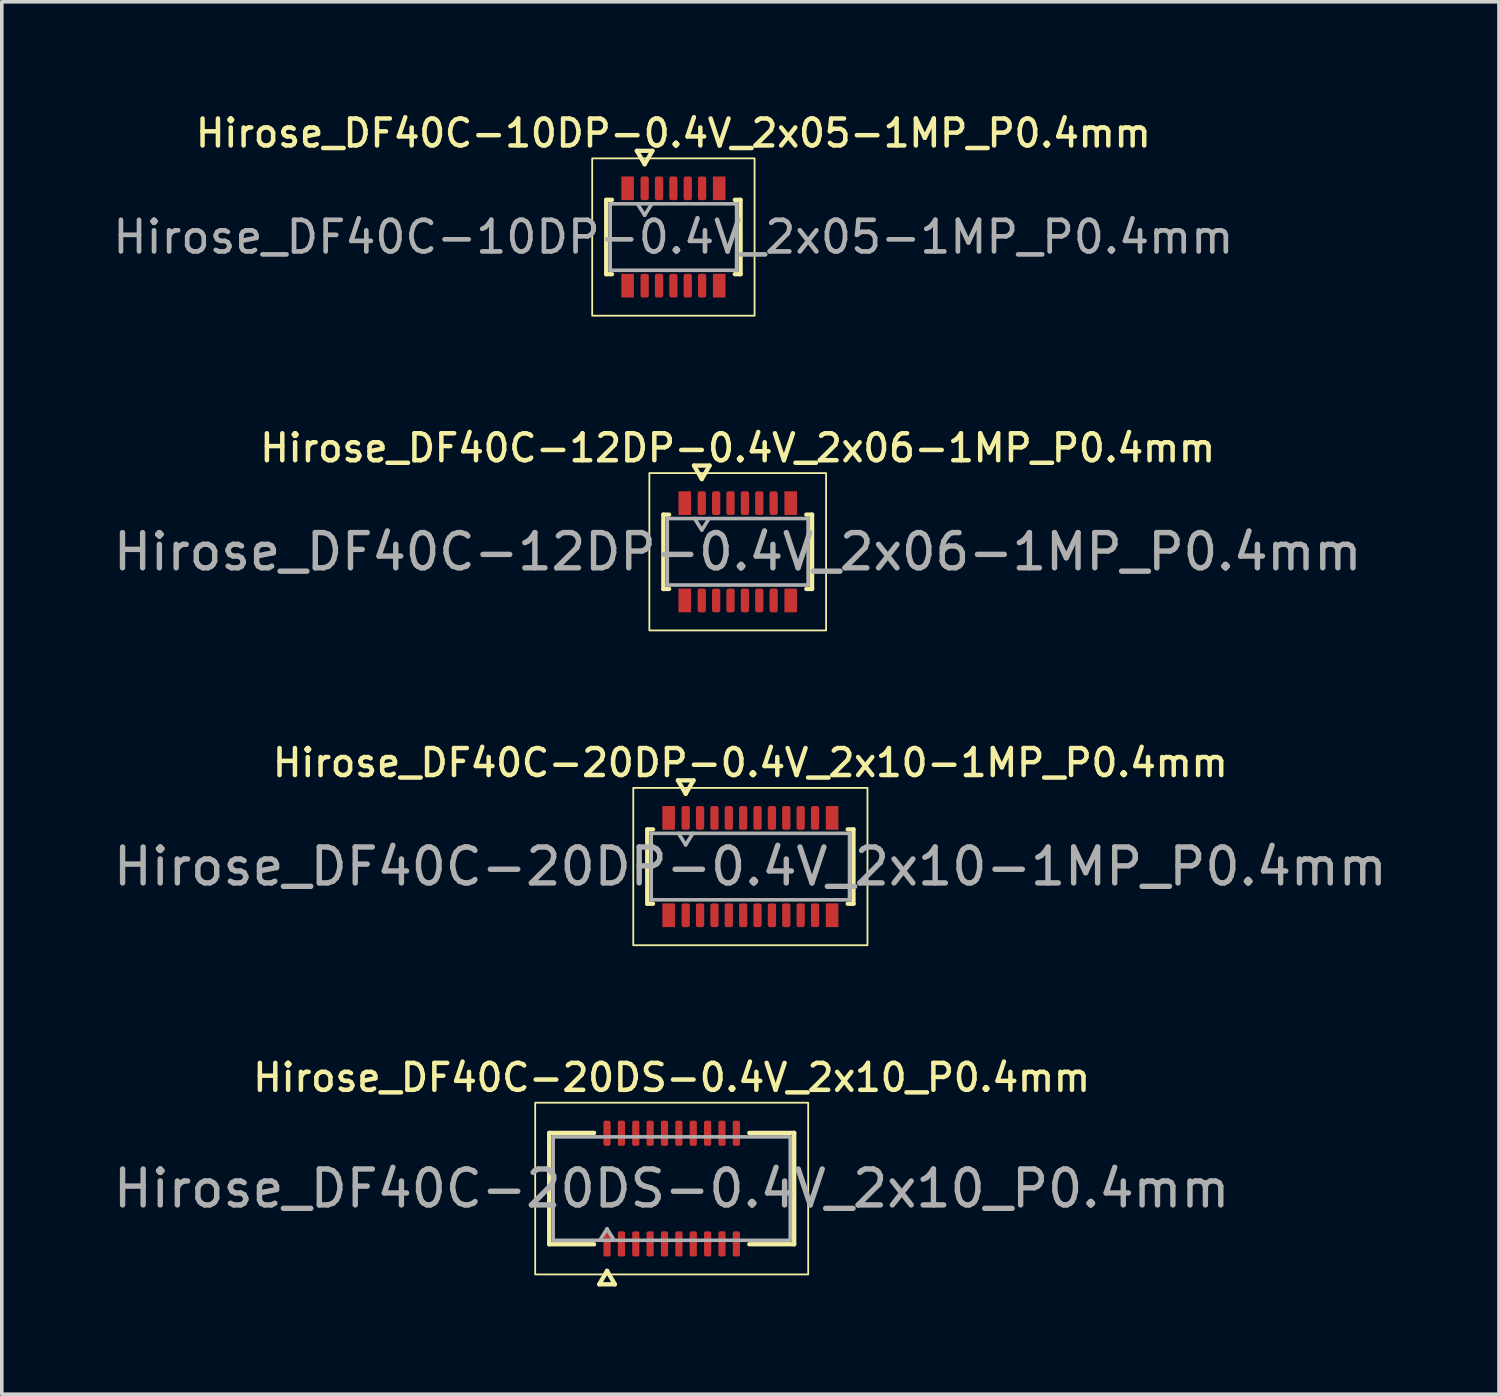
<source format=kicad_pcb>
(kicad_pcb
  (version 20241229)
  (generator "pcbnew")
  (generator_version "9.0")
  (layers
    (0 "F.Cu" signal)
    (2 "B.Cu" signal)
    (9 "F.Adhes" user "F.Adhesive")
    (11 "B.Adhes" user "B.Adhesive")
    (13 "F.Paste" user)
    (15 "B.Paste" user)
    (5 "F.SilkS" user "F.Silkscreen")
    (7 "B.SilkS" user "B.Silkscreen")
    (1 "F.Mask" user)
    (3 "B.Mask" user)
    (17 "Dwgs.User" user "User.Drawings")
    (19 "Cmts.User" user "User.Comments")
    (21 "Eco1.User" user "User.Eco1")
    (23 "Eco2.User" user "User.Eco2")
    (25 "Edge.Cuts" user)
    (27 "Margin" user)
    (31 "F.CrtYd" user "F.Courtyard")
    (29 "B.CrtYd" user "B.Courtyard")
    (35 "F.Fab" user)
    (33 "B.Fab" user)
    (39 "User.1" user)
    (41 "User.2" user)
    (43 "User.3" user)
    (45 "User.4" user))
  (footprint "Hirose_DF40C-12DP-0.4V_2x06-1MP_P0.4mm"
    (layer "F.Cu")
    (at 17.487 12.311)
    (property "Reference" "Hirose_DF40C-12DP-0.4V_2x06-1MP_P0.4mm" (at 0 -2.89 0) (layer "F.SilkS") (effects (font (size 0.75 0.75) (thickness 0.125))))
    (attr smd)
    (fp_line (start -2.07 -1.035) (end -1.91 -1.035) (stroke (width 0.12) (type solid)) (layer "F.SilkS"))
    (fp_line (start -2.07 1.035) (end -2.07 -1.035) (stroke (width 0.12) (type solid)) (layer "F.SilkS"))
    (fp_line (start -1.91 1.035) (end -2.07 1.035) (stroke (width 0.12) (type solid)) (layer "F.SilkS"))
    (fp_line (start -1.217 -2.4) (end -1 -2.025) (stroke (width 0.12) (type solid)) (layer "F.SilkS"))
    (fp_line (start -1 -2.025) (end -0.783 -2.4) (stroke (width 0.12) (type solid)) (layer "F.SilkS"))
    (fp_line (start -0.783 -2.4) (end -1.217 -2.4) (stroke (width 0.12) (type solid)) (layer "F.SilkS"))
    (fp_line (start 1.91 -1.035) (end 2.07 -1.035) (stroke (width 0.12) (type solid)) (layer "F.SilkS"))
    (fp_line (start 2.07 -1.035) (end 2.07 1.035) (stroke (width 0.12) (type solid)) (layer "F.SilkS"))
    (fp_line (start 2.07 1.035) (end 1.91 1.035) (stroke (width 0.12) (type solid)) (layer "F.SilkS"))
    (fp_rect (start -2.46 -2.19) (end 2.46 2.19) (stroke (width 0.05) (type solid)) (fill no) (layer "F.SilkS"))
    (fp_line (start -1.96 -0.925) (end 1.96 -0.925) (stroke (width 0.1) (type solid)) (layer "F.Fab"))
    (fp_line (start -1.96 0.925) (end -1.96 -0.925) (stroke (width 0.1) (type solid)) (layer "F.Fab"))
    (fp_line (start -1.2 -0.925) (end -1 -0.605) (stroke (width 0.1) (type solid)) (layer "F.Fab"))
    (fp_line (start -1 -0.605) (end -0.8 -0.925) (stroke (width 0.1) (type solid)) (layer "F.Fab"))
    (fp_line (start 1.96 -0.925) (end 1.96 0.925) (stroke (width 0.1) (type solid)) (layer "F.Fab"))
    (fp_line (start 1.96 0.925) (end -1.96 0.925) (stroke (width 0.1) (type solid)) (layer "F.Fab"))
    (fp_text user "${REFERENCE}" (at 0 0 0) (layer "F.Fab") (effects (font (size 0.98 0.98) (thickness 0.15))))
    (pad "1" smd roundrect (at -1 -1.355) (size 0.23 0.66) (layers "F.Cu" "F.Mask" "F.Paste") (roundrect_rratio 0.25))
    (pad "2" smd roundrect (at -1 1.355) (size 0.23 0.66) (layers "F.Cu" "F.Mask" "F.Paste") (roundrect_rratio 0.25))
    (pad "3" smd roundrect (at -0.6 -1.355) (size 0.23 0.66) (layers "F.Cu" "F.Mask" "F.Paste") (roundrect_rratio 0.25))
    (pad "4" smd roundrect (at -0.6 1.355) (size 0.23 0.66) (layers "F.Cu" "F.Mask" "F.Paste") (roundrect_rratio 0.25))
    (pad "5" smd roundrect (at -0.2 -1.355) (size 0.23 0.66) (layers "F.Cu" "F.Mask" "F.Paste") (roundrect_rratio 0.25))
    (pad "6" smd roundrect (at -0.2 1.355) (size 0.23 0.66) (layers "F.Cu" "F.Mask" "F.Paste") (roundrect_rratio 0.25))
    (pad "7" smd roundrect (at 0.2 -1.355) (size 0.23 0.66) (layers "F.Cu" "F.Mask" "F.Paste") (roundrect_rratio 0.25))
    (pad "8" smd roundrect (at 0.2 1.355) (size 0.23 0.66) (layers "F.Cu" "F.Mask" "F.Paste") (roundrect_rratio 0.25))
    (pad "9" smd roundrect (at 0.6 -1.355) (size 0.23 0.66) (layers "F.Cu" "F.Mask" "F.Paste") (roundrect_rratio 0.25))
    (pad "10" smd roundrect (at 0.6 1.355) (size 0.23 0.66) (layers "F.Cu" "F.Mask" "F.Paste") (roundrect_rratio 0.25))
    (pad "11" smd roundrect (at 1 -1.355) (size 0.23 0.66) (layers "F.Cu" "F.Mask" "F.Paste") (roundrect_rratio 0.25))
    (pad "12" smd roundrect (at 1 1.355) (size 0.23 0.66) (layers "F.Cu" "F.Mask" "F.Paste") (roundrect_rratio 0.25))
    (pad "MP" smd rect (at -1.475 -1.355) (size 0.35 0.66) (layers "F.Cu" "F.Mask" "F.Paste"))
    (pad "MP" smd rect (at -1.475 1.355) (size 0.35 0.66) (layers "F.Cu" "F.Mask" "F.Paste"))
    (pad "MP" smd rect (at 1.475 -1.355) (size 0.35 0.66) (layers "F.Cu" "F.Mask" "F.Paste"))
    (pad "MP" smd rect (at 1.475 1.355) (size 0.35 0.66) (layers "F.Cu" "F.Mask" "F.Paste")))
  (footprint "Hirose_DF40C-20DS-0.4V_2x10_P0.4mm"
    (layer "F.Cu")
    (at 15.649 30.038)
    (property "Reference" "Hirose_DF40C-20DS-0.4V_2x10_P0.4mm" (at 0 -3.09 0) (layer "F.SilkS") (effects (font (size 0.75 0.75) (thickness 0.125))))
    (attr smd)
    (fp_line (start -3.41 -1.55) (end -2.16 -1.55) (stroke (width 0.12) (type solid)) (layer "F.SilkS"))
    (fp_line (start -3.41 1.55) (end -3.41 -1.55) (stroke (width 0.12) (type solid)) (layer "F.SilkS"))
    (fp_line (start -2.16 1.55) (end -3.41 1.55) (stroke (width 0.12) (type solid)) (layer "F.SilkS"))
    (fp_line (start -2.017 2.665) (end -1.8 2.29) (stroke (width 0.12) (type solid)) (layer "F.SilkS"))
    (fp_line (start -1.8 2.29) (end -1.583 2.665) (stroke (width 0.12) (type solid)) (layer "F.SilkS"))
    (fp_line (start -1.583 2.665) (end -2.017 2.665) (stroke (width 0.12) (type solid)) (layer "F.SilkS"))
    (fp_line (start 2.16 -1.55) (end 3.41 -1.55) (stroke (width 0.12) (type solid)) (layer "F.SilkS"))
    (fp_line (start 3.41 -1.55) (end 3.41 1.55) (stroke (width 0.12) (type solid)) (layer "F.SilkS"))
    (fp_line (start 3.41 1.55) (end 2.16 1.55) (stroke (width 0.12) (type solid)) (layer "F.SilkS"))
    (fp_rect (start -3.8 -2.39) (end 3.8 2.39) (stroke (width 0.05) (type solid)) (fill no) (layer "F.SilkS"))
    (fp_line (start -3.3 -1.44) (end 3.3 -1.44) (stroke (width 0.1) (type solid)) (layer "F.Fab"))
    (fp_line (start -3.3 1.44) (end -3.3 -1.44) (stroke (width 0.1) (type solid)) (layer "F.Fab"))
    (fp_line (start -2 1.44) (end -1.8 1.12) (stroke (width 0.1) (type solid)) (layer "F.Fab"))
    (fp_line (start -1.8 1.12) (end -1.6 1.44) (stroke (width 0.1) (type solid)) (layer "F.Fab"))
    (fp_line (start 3.3 -1.44) (end 3.3 1.44) (stroke (width 0.1) (type solid)) (layer "F.Fab"))
    (fp_line (start 3.3 1.44) (end -3.3 1.44) (stroke (width 0.1) (type solid)) (layer "F.Fab"))
    (fp_text user "${REFERENCE}" (at 0 0 0) (layer "F.Fab") (effects (font (size 1 1) (thickness 0.15))))
    (pad "1" smd roundrect (at -1.8 1.54) (size 0.2 0.7) (layers "F.Cu" "F.Mask" "F.Paste") (roundrect_rratio 0.25))
    (pad "2" smd roundrect (at -1.8 -1.54) (size 0.2 0.7) (layers "F.Cu" "F.Mask" "F.Paste") (roundrect_rratio 0.25))
    (pad "3" smd roundrect (at -1.4 1.54) (size 0.2 0.7) (layers "F.Cu" "F.Mask" "F.Paste") (roundrect_rratio 0.25))
    (pad "4" smd roundrect (at -1.4 -1.54) (size 0.2 0.7) (layers "F.Cu" "F.Mask" "F.Paste") (roundrect_rratio 0.25))
    (pad "5" smd roundrect (at -1 1.54) (size 0.2 0.7) (layers "F.Cu" "F.Mask" "F.Paste") (roundrect_rratio 0.25))
    (pad "6" smd roundrect (at -1 -1.54) (size 0.2 0.7) (layers "F.Cu" "F.Mask" "F.Paste") (roundrect_rratio 0.25))
    (pad "7" smd roundrect (at -0.6 1.54) (size 0.2 0.7) (layers "F.Cu" "F.Mask" "F.Paste") (roundrect_rratio 0.25))
    (pad "8" smd roundrect (at -0.6 -1.54) (size 0.2 0.7) (layers "F.Cu" "F.Mask" "F.Paste") (roundrect_rratio 0.25))
    (pad "9" smd roundrect (at -0.2 1.54) (size 0.2 0.7) (layers "F.Cu" "F.Mask" "F.Paste") (roundrect_rratio 0.25))
    (pad "10" smd roundrect (at -0.2 -1.54) (size 0.2 0.7) (layers "F.Cu" "F.Mask" "F.Paste") (roundrect_rratio 0.25))
    (pad "11" smd roundrect (at 0.2 1.54) (size 0.2 0.7) (layers "F.Cu" "F.Mask" "F.Paste") (roundrect_rratio 0.25))
    (pad "12" smd roundrect (at 0.2 -1.54) (size 0.2 0.7) (layers "F.Cu" "F.Mask" "F.Paste") (roundrect_rratio 0.25))
    (pad "13" smd roundrect (at 0.6 1.54) (size 0.2 0.7) (layers "F.Cu" "F.Mask" "F.Paste") (roundrect_rratio 0.25))
    (pad "14" smd roundrect (at 0.6 -1.54) (size 0.2 0.7) (layers "F.Cu" "F.Mask" "F.Paste") (roundrect_rratio 0.25))
    (pad "15" smd roundrect (at 1 1.54) (size 0.2 0.7) (layers "F.Cu" "F.Mask" "F.Paste") (roundrect_rratio 0.25))
    (pad "16" smd roundrect (at 1 -1.54) (size 0.2 0.7) (layers "F.Cu" "F.Mask" "F.Paste") (roundrect_rratio 0.25))
    (pad "17" smd roundrect (at 1.4 1.54) (size 0.2 0.7) (layers "F.Cu" "F.Mask" "F.Paste") (roundrect_rratio 0.25))
    (pad "18" smd roundrect (at 1.4 -1.54) (size 0.2 0.7) (layers "F.Cu" "F.Mask" "F.Paste") (roundrect_rratio 0.25))
    (pad "19" smd roundrect (at 1.8 1.54) (size 0.2 0.7) (layers "F.Cu" "F.Mask" "F.Paste") (roundrect_rratio 0.25))
    (pad "20" smd roundrect (at 1.8 -1.54) (size 0.2 0.7) (layers "F.Cu" "F.Mask" "F.Paste") (roundrect_rratio 0.25)))
  (footprint "Hirose_DF40C-20DP-0.4V_2x10-1MP_P0.4mm"
    (layer "F.Cu")
    (at 17.839 21.074)
    (property "Reference" "Hirose_DF40C-20DP-0.4V_2x10-1MP_P0.4mm" (at 0 -2.89 0) (layer "F.SilkS") (effects (font (size 0.75 0.75) (thickness 0.125))))
    (attr smd)
    (fp_line (start -2.87 -1.035) (end -2.71 -1.035) (stroke (width 0.12) (type solid)) (layer "F.SilkS"))
    (fp_line (start -2.87 1.035) (end -2.87 -1.035) (stroke (width 0.12) (type solid)) (layer "F.SilkS"))
    (fp_line (start -2.71 1.035) (end -2.87 1.035) (stroke (width 0.12) (type solid)) (layer "F.SilkS"))
    (fp_line (start -2.017 -2.4) (end -1.8 -2.025) (stroke (width 0.12) (type solid)) (layer "F.SilkS"))
    (fp_line (start -1.8 -2.025) (end -1.583 -2.4) (stroke (width 0.12) (type solid)) (layer "F.SilkS"))
    (fp_line (start -1.583 -2.4) (end -2.017 -2.4) (stroke (width 0.12) (type solid)) (layer "F.SilkS"))
    (fp_line (start 2.71 -1.035) (end 2.87 -1.035) (stroke (width 0.12) (type solid)) (layer "F.SilkS"))
    (fp_line (start 2.87 -1.035) (end 2.87 1.035) (stroke (width 0.12) (type solid)) (layer "F.SilkS"))
    (fp_line (start 2.87 1.035) (end 2.71 1.035) (stroke (width 0.12) (type solid)) (layer "F.SilkS"))
    (fp_rect (start -3.26 -2.19) (end 3.26 2.19) (stroke (width 0.05) (type solid)) (fill no) (layer "F.SilkS"))
    (fp_line (start -2.76 -0.925) (end 2.76 -0.925) (stroke (width 0.1) (type solid)) (layer "F.Fab"))
    (fp_line (start -2.76 0.925) (end -2.76 -0.925) (stroke (width 0.1) (type solid)) (layer "F.Fab"))
    (fp_line (start -2 -0.925) (end -1.8 -0.605) (stroke (width 0.1) (type solid)) (layer "F.Fab"))
    (fp_line (start -1.8 -0.605) (end -1.6 -0.925) (stroke (width 0.1) (type solid)) (layer "F.Fab"))
    (fp_line (start 2.76 -0.925) (end 2.76 0.925) (stroke (width 0.1) (type solid)) (layer "F.Fab"))
    (fp_line (start 2.76 0.925) (end -2.76 0.925) (stroke (width 0.1) (type solid)) (layer "F.Fab"))
    (fp_text user "${REFERENCE}" (at 0 0 0) (layer "F.Fab") (effects (font (size 1 1) (thickness 0.15))))
    (pad "1" smd roundrect (at -1.8 -1.355) (size 0.23 0.66) (layers "F.Cu" "F.Mask" "F.Paste") (roundrect_rratio 0.25))
    (pad "2" smd roundrect (at -1.8 1.355) (size 0.23 0.66) (layers "F.Cu" "F.Mask" "F.Paste") (roundrect_rratio 0.25))
    (pad "3" smd roundrect (at -1.4 -1.355) (size 0.23 0.66) (layers "F.Cu" "F.Mask" "F.Paste") (roundrect_rratio 0.25))
    (pad "4" smd roundrect (at -1.4 1.355) (size 0.23 0.66) (layers "F.Cu" "F.Mask" "F.Paste") (roundrect_rratio 0.25))
    (pad "5" smd roundrect (at -1 -1.355) (size 0.23 0.66) (layers "F.Cu" "F.Mask" "F.Paste") (roundrect_rratio 0.25))
    (pad "6" smd roundrect (at -1 1.355) (size 0.23 0.66) (layers "F.Cu" "F.Mask" "F.Paste") (roundrect_rratio 0.25))
    (pad "7" smd roundrect (at -0.6 -1.355) (size 0.23 0.66) (layers "F.Cu" "F.Mask" "F.Paste") (roundrect_rratio 0.25))
    (pad "8" smd roundrect (at -0.6 1.355) (size 0.23 0.66) (layers "F.Cu" "F.Mask" "F.Paste") (roundrect_rratio 0.25))
    (pad "9" smd roundrect (at -0.2 -1.355) (size 0.23 0.66) (layers "F.Cu" "F.Mask" "F.Paste") (roundrect_rratio 0.25))
    (pad "10" smd roundrect (at -0.2 1.355) (size 0.23 0.66) (layers "F.Cu" "F.Mask" "F.Paste") (roundrect_rratio 0.25))
    (pad "11" smd roundrect (at 0.2 -1.355) (size 0.23 0.66) (layers "F.Cu" "F.Mask" "F.Paste") (roundrect_rratio 0.25))
    (pad "12" smd roundrect (at 0.2 1.355) (size 0.23 0.66) (layers "F.Cu" "F.Mask" "F.Paste") (roundrect_rratio 0.25))
    (pad "13" smd roundrect (at 0.6 -1.355) (size 0.23 0.66) (layers "F.Cu" "F.Mask" "F.Paste") (roundrect_rratio 0.25))
    (pad "14" smd roundrect (at 0.6 1.355) (size 0.23 0.66) (layers "F.Cu" "F.Mask" "F.Paste") (roundrect_rratio 0.25))
    (pad "15" smd roundrect (at 1 -1.355) (size 0.23 0.66) (layers "F.Cu" "F.Mask" "F.Paste") (roundrect_rratio 0.25))
    (pad "16" smd roundrect (at 1 1.355) (size 0.23 0.66) (layers "F.Cu" "F.Mask" "F.Paste") (roundrect_rratio 0.25))
    (pad "17" smd roundrect (at 1.4 -1.355) (size 0.23 0.66) (layers "F.Cu" "F.Mask" "F.Paste") (roundrect_rratio 0.25))
    (pad "18" smd roundrect (at 1.4 1.355) (size 0.23 0.66) (layers "F.Cu" "F.Mask" "F.Paste") (roundrect_rratio 0.25))
    (pad "19" smd roundrect (at 1.8 -1.355) (size 0.23 0.66) (layers "F.Cu" "F.Mask" "F.Paste") (roundrect_rratio 0.25))
    (pad "20" smd roundrect (at 1.8 1.355) (size 0.23 0.66) (layers "F.Cu" "F.Mask" "F.Paste") (roundrect_rratio 0.25))
    (pad "MP" smd rect (at -2.275 -1.355) (size 0.35 0.66) (layers "F.Cu" "F.Mask" "F.Paste"))
    (pad "MP" smd rect (at -2.275 1.355) (size 0.35 0.66) (layers "F.Cu" "F.Mask" "F.Paste"))
    (pad "MP" smd rect (at 2.275 -1.355) (size 0.35 0.66) (layers "F.Cu" "F.Mask" "F.Paste"))
    (pad "MP" smd rect (at 2.275 1.355) (size 0.35 0.66) (layers "F.Cu" "F.Mask" "F.Paste")))
  (footprint "Hirose_DF40C-10DP-0.4V_2x05-1MP_P0.4mm"
    (layer "F.Cu")
    (at 15.696 3.548)
    (property "Reference" "Hirose_DF40C-10DP-0.4V_2x05-1MP_P0.4mm" (at 0 -2.89 0) (layer "F.SilkS") (effects (font (size 0.75 0.75) (thickness 0.125))))
    (attr smd)
    (fp_line (start -1.87 -1.035) (end -1.71 -1.035) (stroke (width 0.12) (type solid)) (layer "F.SilkS"))
    (fp_line (start -1.87 1.035) (end -1.87 -1.035) (stroke (width 0.12) (type solid)) (layer "F.SilkS"))
    (fp_line (start -1.71 1.035) (end -1.87 1.035) (stroke (width 0.12) (type solid)) (layer "F.SilkS"))
    (fp_line (start -1.017 -2.4) (end -0.8 -2.025) (stroke (width 0.12) (type solid)) (layer "F.SilkS"))
    (fp_line (start -0.8 -2.025) (end -0.583 -2.4) (stroke (width 0.12) (type solid)) (layer "F.SilkS"))
    (fp_line (start -0.583 -2.4) (end -1.017 -2.4) (stroke (width 0.12) (type solid)) (layer "F.SilkS"))
    (fp_line (start 1.71 -1.035) (end 1.87 -1.035) (stroke (width 0.12) (type solid)) (layer "F.SilkS"))
    (fp_line (start 1.87 -1.035) (end 1.87 1.035) (stroke (width 0.12) (type solid)) (layer "F.SilkS"))
    (fp_line (start 1.87 1.035) (end 1.71 1.035) (stroke (width 0.12) (type solid)) (layer "F.SilkS"))
    (fp_rect (start -2.26 -2.19) (end 2.26 2.19) (stroke (width 0.05) (type solid)) (fill no) (layer "F.SilkS"))
    (fp_line (start -1.76 -0.925) (end 1.76 -0.925) (stroke (width 0.1) (type solid)) (layer "F.Fab"))
    (fp_line (start -1.76 0.925) (end -1.76 -0.925) (stroke (width 0.1) (type solid)) (layer "F.Fab"))
    (fp_line (start -1 -0.925) (end -0.8 -0.605) (stroke (width 0.1) (type solid)) (layer "F.Fab"))
    (fp_line (start -0.8 -0.605) (end -0.6 -0.925) (stroke (width 0.1) (type solid)) (layer "F.Fab"))
    (fp_line (start 1.76 -0.925) (end 1.76 0.925) (stroke (width 0.1) (type solid)) (layer "F.Fab"))
    (fp_line (start 1.76 0.925) (end -1.76 0.925) (stroke (width 0.1) (type solid)) (layer "F.Fab"))
    (fp_text user "${REFERENCE}" (at 0 0 0) (layer "F.Fab") (effects (font (size 0.88 0.88) (thickness 0.13))))
    (pad "1" smd roundrect (at -0.8 -1.355) (size 0.23 0.66) (layers "F.Cu" "F.Mask" "F.Paste") (roundrect_rratio 0.25))
    (pad "2" smd roundrect (at -0.8 1.355) (size 0.23 0.66) (layers "F.Cu" "F.Mask" "F.Paste") (roundrect_rratio 0.25))
    (pad "3" smd roundrect (at -0.4 -1.355) (size 0.23 0.66) (layers "F.Cu" "F.Mask" "F.Paste") (roundrect_rratio 0.25))
    (pad "4" smd roundrect (at -0.4 1.355) (size 0.23 0.66) (layers "F.Cu" "F.Mask" "F.Paste") (roundrect_rratio 0.25))
    (pad "5" smd roundrect (at 0 -1.355) (size 0.23 0.66) (layers "F.Cu" "F.Mask" "F.Paste") (roundrect_rratio 0.25))
    (pad "6" smd roundrect (at 0 1.355) (size 0.23 0.66) (layers "F.Cu" "F.Mask" "F.Paste") (roundrect_rratio 0.25))
    (pad "7" smd roundrect (at 0.4 -1.355) (size 0.23 0.66) (layers "F.Cu" "F.Mask" "F.Paste") (roundrect_rratio 0.25))
    (pad "8" smd roundrect (at 0.4 1.355) (size 0.23 0.66) (layers "F.Cu" "F.Mask" "F.Paste") (roundrect_rratio 0.25))
    (pad "9" smd roundrect (at 0.8 -1.355) (size 0.23 0.66) (layers "F.Cu" "F.Mask" "F.Paste") (roundrect_rratio 0.25))
    (pad "10" smd roundrect (at 0.8 1.355) (size 0.23 0.66) (layers "F.Cu" "F.Mask" "F.Paste") (roundrect_rratio 0.25))
    (pad "MP" smd rect (at -1.275 -1.355) (size 0.35 0.66) (layers "F.Cu" "F.Mask" "F.Paste"))
    (pad "MP" smd rect (at -1.275 1.355) (size 0.35 0.66) (layers "F.Cu" "F.Mask" "F.Paste"))
    (pad "MP" smd rect (at 1.275 -1.355) (size 0.35 0.66) (layers "F.Cu" "F.Mask" "F.Paste"))
    (pad "MP" smd rect (at 1.275 1.355) (size 0.35 0.66) (layers "F.Cu" "F.Mask" "F.Paste")))
  (gr_rect
    (start -3 -3)
    (end 38.679 35.763)
    (stroke (width 0.1) (type default))
    (fill no)
    (layer "Edge.Cuts")))
</source>
